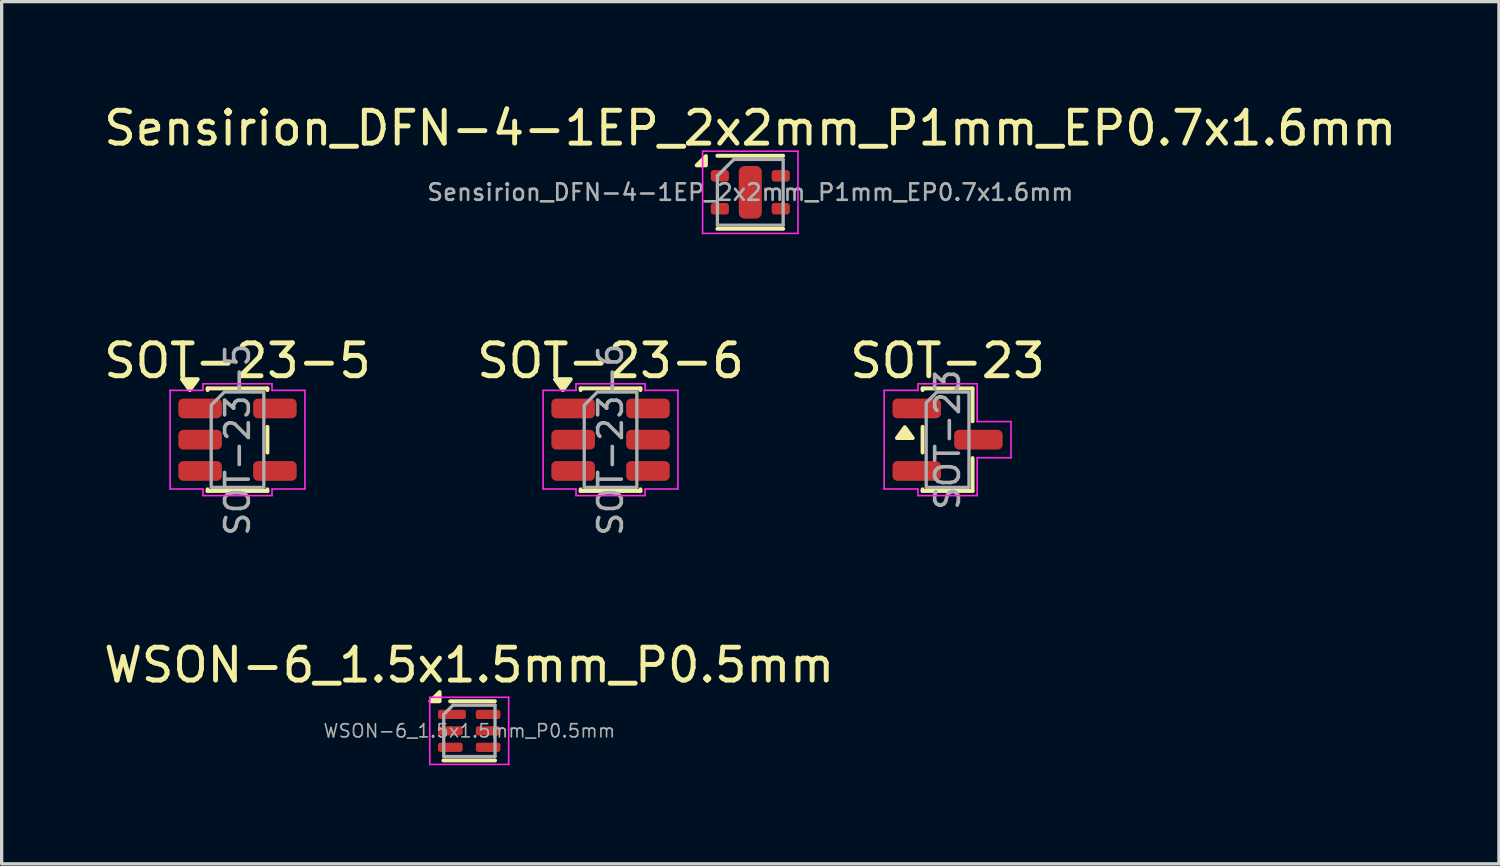
<source format=kicad_pcb>
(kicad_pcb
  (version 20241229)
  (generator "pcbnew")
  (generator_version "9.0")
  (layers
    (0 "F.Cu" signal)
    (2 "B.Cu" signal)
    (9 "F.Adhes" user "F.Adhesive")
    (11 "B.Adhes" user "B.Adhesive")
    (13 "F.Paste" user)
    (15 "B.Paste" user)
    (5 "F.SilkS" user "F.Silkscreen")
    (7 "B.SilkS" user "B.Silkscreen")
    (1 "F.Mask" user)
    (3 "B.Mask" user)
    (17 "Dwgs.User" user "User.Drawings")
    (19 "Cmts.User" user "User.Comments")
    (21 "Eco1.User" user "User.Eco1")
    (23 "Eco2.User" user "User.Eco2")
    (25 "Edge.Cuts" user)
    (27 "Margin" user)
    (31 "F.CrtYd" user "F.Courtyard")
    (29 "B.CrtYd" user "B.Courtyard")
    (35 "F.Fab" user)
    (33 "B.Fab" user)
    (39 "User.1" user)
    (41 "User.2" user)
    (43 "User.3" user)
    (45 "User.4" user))
  (footprint "SOT-23"
    (layer "F.Cu")
    (at 25.768 10.322)
    (property "Reference" "SOT-23" (at 0 -2.4 180) (layer "F.SilkS") (effects (font (size 1 1) (thickness 0.15))))
    (attr smd)
    (fp_line (start -0.76 -1.56) (end 0.76 -1.56) (stroke (width 0.12) (type solid)) (layer "F.SilkS"))
    (fp_line (start -0.76 -1.51) (end -0.76 -1.56) (stroke (width 0.12) (type solid)) (layer "F.SilkS"))
    (fp_line (start -0.76 0.39) (end -0.76 -0.39) (stroke (width 0.12) (type solid)) (layer "F.SilkS"))
    (fp_line (start -0.76 1.56) (end -0.76 1.51) (stroke (width 0.12) (type solid)) (layer "F.SilkS"))
    (fp_line (start 0.76 -1.56) (end 0.76 -0.56) (stroke (width 0.12) (type solid)) (layer "F.SilkS"))
    (fp_line (start 0.76 0.56) (end 0.76 1.56) (stroke (width 0.12) (type solid)) (layer "F.SilkS"))
    (fp_line (start 0.76 1.56) (end -0.76 1.56) (stroke (width 0.12) (type solid)) (layer "F.SilkS"))
    (fp_poly (pts (xy -1.3 -0.38) (xy -1.06 -0.05) (xy -1.54 -0.05)) (stroke (width 0.12) (type solid)) (fill yes) (layer "F.SilkS"))
    (fp_line (start -1.93 -1.5) (end -0.9 -1.5) (stroke (width 0.05) (type solid)) (layer "F.CrtYd"))
    (fp_line (start -1.93 1.5) (end -1.93 -1.5) (stroke (width 0.05) (type solid)) (layer "F.CrtYd"))
    (fp_line (start -0.9 -1.7) (end 0.9 -1.7) (stroke (width 0.05) (type solid)) (layer "F.CrtYd"))
    (fp_line (start -0.9 -1.5) (end -0.9 -1.7) (stroke (width 0.05) (type solid)) (layer "F.CrtYd"))
    (fp_line (start -0.9 1.5) (end -1.93 1.5) (stroke (width 0.05) (type solid)) (layer "F.CrtYd"))
    (fp_line (start -0.9 1.7) (end -0.9 1.5) (stroke (width 0.05) (type solid)) (layer "F.CrtYd"))
    (fp_line (start 0.9 -1.7) (end 0.9 -0.55) (stroke (width 0.05) (type solid)) (layer "F.CrtYd"))
    (fp_line (start 0.9 -0.55) (end 1.93 -0.55) (stroke (width 0.05) (type solid)) (layer "F.CrtYd"))
    (fp_line (start 0.9 0.55) (end 0.9 1.7) (stroke (width 0.05) (type solid)) (layer "F.CrtYd"))
    (fp_line (start 0.9 1.7) (end -0.9 1.7) (stroke (width 0.05) (type solid)) (layer "F.CrtYd"))
    (fp_line (start 1.93 -0.55) (end 1.93 0.55) (stroke (width 0.05) (type solid)) (layer "F.CrtYd"))
    (fp_line (start 1.93 0.55) (end 0.9 0.55) (stroke (width 0.05) (type solid)) (layer "F.CrtYd"))
    (fp_poly (pts (xy -0.65 -1.125) (xy -0.65 1.45) (xy 0.65 1.45) (xy 0.65 -1.45) (xy -0.325 -1.45)) (stroke (width 0.1) (type solid)) (fill no) (layer "F.Fab"))
    (fp_text user "${REFERENCE}" (at 0 0 270) (layer "F.Fab") (effects (font (size 0.72 0.72) (thickness 0.11))))
    (pad "1" smd roundrect (at -0.938 -0.95) (size 1.475 0.6) (layers "F.Cu" "F.Mask" "F.Paste") (roundrect_rratio 0.25))
    (pad "2" smd roundrect (at -0.938 0.95) (size 1.475 0.6) (layers "F.Cu" "F.Mask" "F.Paste") (roundrect_rratio 0.25))
    (pad "3" smd roundrect (at 0.938 0) (size 1.475 0.6) (layers "F.Cu" "F.Mask" "F.Paste") (roundrect_rratio 0.25)))
  (footprint "WSON-6_1.5x1.5mm_P0.5mm"
    (layer "F.Cu")
    (at 11.22 19.177)
    (property "Reference" "WSON-6_1.5x1.5mm_P0.5mm" (at 0 -2 0) (layer "F.SilkS") (effects (font (size 1 1) (thickness 0.15))))
    (attr smd)
    (fp_line (start -0.785 0.9) (end 0.785 0.9) (stroke (width 0.12) (type solid)) (layer "F.SilkS"))
    (fp_line (start -0.58 -0.9) (end 0.78 -0.9) (stroke (width 0.12) (type solid)) (layer "F.SilkS"))
    (fp_poly (pts (xy -0.9 -0.9) (xy -1.18 -0.9) (xy -0.9 -1.18) (xy -0.9 -0.9)) (stroke (width 0.12) (type solid)) (fill yes) (layer "F.SilkS"))
    (fp_line (start -1.2 1.02) (end -1.2 -1.02) (stroke (width 0.05) (type solid)) (layer "F.CrtYd"))
    (fp_line (start -1.2 1.02) (end 1.2 1.02) (stroke (width 0.05) (type solid)) (layer "F.CrtYd"))
    (fp_line (start 1.2 -1.02) (end -1.2 -1.02) (stroke (width 0.05) (type solid)) (layer "F.CrtYd"))
    (fp_line (start 1.2 -1.02) (end 1.2 1.02) (stroke (width 0.05) (type solid)) (layer "F.CrtYd"))
    (fp_line (start -0.775 -0.5) (end -0.775 0.78) (stroke (width 0.1) (type solid)) (layer "F.Fab"))
    (fp_line (start -0.775 0.78) (end 0.785 0.78) (stroke (width 0.1) (type solid)) (layer "F.Fab"))
    (fp_line (start -0.495 -0.78) (end -0.775 -0.5) (stroke (width 0.1) (type solid)) (layer "F.Fab"))
    (fp_line (start 0.785 -0.78) (end -0.495 -0.78) (stroke (width 0.1) (type solid)) (layer "F.Fab"))
    (fp_line (start 0.785 -0.78) (end 0.785 0.78) (stroke (width 0.1) (type solid)) (layer "F.Fab"))
    (fp_text user "${REFERENCE}" (at 0.005 0 0) (layer "F.Fab") (effects (font (size 0.4 0.4) (thickness 0.05))))
    (pad "1" smd roundrect (at -0.525 -0.5 270) (size 0.28 0.85) (layers "F.Cu" "F.Mask" "F.Paste") (roundrect_rratio 0.25))
    (pad "2" smd roundrect (at -0.575 0 270) (size 0.28 0.75) (layers "F.Cu" "F.Mask" "F.Paste") (roundrect_rratio 0.25))
    (pad "3" smd roundrect (at -0.575 0.5 270) (size 0.28 0.75) (layers "F.Cu" "F.Mask" "F.Paste") (roundrect_rratio 0.25))
    (pad "4" smd roundrect (at 0.575 0.5 270) (size 0.28 0.75) (layers "F.Cu" "F.Mask" "F.Paste") (roundrect_rratio 0.25))
    (pad "5" smd roundrect (at 0.575 0 270) (size 0.28 0.75) (layers "F.Cu" "F.Mask" "F.Paste") (roundrect_rratio 0.25))
    (pad "6" smd roundrect (at 0.575 -0.5 270) (size 0.28 0.75) (layers "F.Cu" "F.Mask" "F.Paste") (roundrect_rratio 0.25)))
  (footprint "SOT-23-6"
    (layer "F.Cu")
    (at 15.518 10.322)
    (property "Reference" "SOT-23-6" (at 0 -2.4 180) (layer "F.SilkS") (effects (font (size 1 1) (thickness 0.15))))
    (attr smd)
    (fp_line (start -0.91 -1.56) (end 0.91 -1.56) (stroke (width 0.12) (type solid)) (layer "F.SilkS"))
    (fp_line (start -0.91 -1.51) (end -0.91 -1.56) (stroke (width 0.12) (type solid)) (layer "F.SilkS"))
    (fp_line (start -0.91 1.56) (end -0.91 1.51) (stroke (width 0.12) (type solid)) (layer "F.SilkS"))
    (fp_line (start 0.91 -1.56) (end 0.91 -1.51) (stroke (width 0.12) (type solid)) (layer "F.SilkS"))
    (fp_line (start 0.91 1.51) (end 0.91 1.56) (stroke (width 0.12) (type solid)) (layer "F.SilkS"))
    (fp_line (start 0.91 1.56) (end -0.91 1.56) (stroke (width 0.12) (type solid)) (layer "F.SilkS"))
    (fp_poly (pts (xy -1.45 -1.51) (xy -1.69 -1.84) (xy -1.21 -1.84)) (stroke (width 0.12) (type solid)) (fill yes) (layer "F.SilkS"))
    (fp_line (start -2.05 -1.5) (end -1.05 -1.5) (stroke (width 0.05) (type solid)) (layer "F.CrtYd"))
    (fp_line (start -2.05 1.5) (end -2.05 -1.5) (stroke (width 0.05) (type solid)) (layer "F.CrtYd"))
    (fp_line (start -1.05 -1.7) (end 1.05 -1.7) (stroke (width 0.05) (type solid)) (layer "F.CrtYd"))
    (fp_line (start -1.05 -1.5) (end -1.05 -1.7) (stroke (width 0.05) (type solid)) (layer "F.CrtYd"))
    (fp_line (start -1.05 1.5) (end -2.05 1.5) (stroke (width 0.05) (type solid)) (layer "F.CrtYd"))
    (fp_line (start -1.05 1.7) (end -1.05 1.5) (stroke (width 0.05) (type solid)) (layer "F.CrtYd"))
    (fp_line (start 1.05 -1.7) (end 1.05 -1.5) (stroke (width 0.05) (type solid)) (layer "F.CrtYd"))
    (fp_line (start 1.05 -1.5) (end 2.05 -1.5) (stroke (width 0.05) (type solid)) (layer "F.CrtYd"))
    (fp_line (start 1.05 1.5) (end 1.05 1.7) (stroke (width 0.05) (type solid)) (layer "F.CrtYd"))
    (fp_line (start 1.05 1.7) (end -1.05 1.7) (stroke (width 0.05) (type solid)) (layer "F.CrtYd"))
    (fp_line (start 2.05 -1.5) (end 2.05 1.5) (stroke (width 0.05) (type solid)) (layer "F.CrtYd"))
    (fp_line (start 2.05 1.5) (end 1.05 1.5) (stroke (width 0.05) (type solid)) (layer "F.CrtYd"))
    (fp_poly (pts (xy -0.8 -1.05) (xy -0.8 1.45) (xy 0.8 1.45) (xy 0.8 -1.45) (xy -0.4 -1.45)) (stroke (width 0.1) (type solid)) (fill no) (layer "F.Fab"))
    (fp_text user "${REFERENCE}" (at 0 0 90) (layer "F.Fab") (effects (font (size 0.72 0.72) (thickness 0.11))))
    (pad "1" smd roundrect (at -1.137 -0.95) (size 1.325 0.6) (layers "F.Cu" "F.Mask" "F.Paste") (roundrect_rratio 0.25))
    (pad "2" smd roundrect (at -1.137 0) (size 1.325 0.6) (layers "F.Cu" "F.Mask" "F.Paste") (roundrect_rratio 0.25))
    (pad "3" smd roundrect (at -1.137 0.95) (size 1.325 0.6) (layers "F.Cu" "F.Mask" "F.Paste") (roundrect_rratio 0.25))
    (pad "4" smd roundrect (at 1.137 0.95) (size 1.325 0.6) (layers "F.Cu" "F.Mask" "F.Paste") (roundrect_rratio 0.25))
    (pad "5" smd roundrect (at 1.137 0) (size 1.325 0.6) (layers "F.Cu" "F.Mask" "F.Paste") (roundrect_rratio 0.25))
    (pad "6" smd roundrect (at 1.137 -0.95) (size 1.325 0.6) (layers "F.Cu" "F.Mask" "F.Paste") (roundrect_rratio 0.25)))
  (footprint "Sensirion_DFN-4-1EP_2x2mm_P1mm_EP0.7x1.6mm"
    (layer "F.Cu")
    (at 19.768 2.798)
    (property "Reference" "Sensirion_DFN-4-1EP_2x2mm_P1mm_EP0.7x1.6mm" (at 0 -1.95 0) (layer "F.SilkS") (effects (font (size 1 1) (thickness 0.15))))
    (attr smd)
    (fp_line (start -1 -1.11) (end 1 -1.11) (stroke (width 0.12) (type solid)) (layer "F.SilkS"))
    (fp_line (start -1 1.11) (end 1 1.11) (stroke (width 0.12) (type solid)) (layer "F.SilkS"))
    (fp_poly (pts (xy -1.35 -0.82) (xy -1.63 -0.82) (xy -1.35 -1.1) (xy -1.35 -0.82)) (stroke (width 0.12) (type solid)) (fill yes) (layer "F.SilkS"))
    (fp_line (start -1.45 -1.25) (end -1.45 1.25) (stroke (width 0.05) (type solid)) (layer "F.CrtYd"))
    (fp_line (start -1.45 1.25) (end 1.45 1.25) (stroke (width 0.05) (type solid)) (layer "F.CrtYd"))
    (fp_line (start 1.45 -1.25) (end -1.45 -1.25) (stroke (width 0.05) (type solid)) (layer "F.CrtYd"))
    (fp_line (start 1.45 1.25) (end 1.45 -1.25) (stroke (width 0.05) (type solid)) (layer "F.CrtYd"))
    (fp_line (start -1 -0.5) (end -0.5 -1) (stroke (width 0.1) (type solid)) (layer "F.Fab"))
    (fp_line (start -1 1) (end -1 -0.5) (stroke (width 0.1) (type solid)) (layer "F.Fab"))
    (fp_line (start -0.5 -1) (end 1 -1) (stroke (width 0.1) (type solid)) (layer "F.Fab"))
    (fp_line (start 1 -1) (end 1 1) (stroke (width 0.1) (type solid)) (layer "F.Fab"))
    (fp_line (start 1 1) (end -1 1) (stroke (width 0.1) (type solid)) (layer "F.Fab"))
    (fp_text user "${REFERENCE}" (at 0 0 0) (layer "F.Fab") (effects (font (size 0.5 0.5) (thickness 0.08))))
    (pad "" smd roundrect (at -1.025 -0.5) (size 0.55 0.35) (layers "F.Paste") (roundrect_rratio 0.25))
    (pad "" smd roundrect (at -1.025 0.5) (size 0.55 0.35) (layers "F.Paste") (roundrect_rratio 0.25))
    (pad "" smd roundrect (at 0 0) (size 0.5 1.4) (layers "F.Paste") (roundrect_rratio 0.25))
    (pad "" smd roundrect (at 1.025 -0.5 180) (size 0.55 0.35) (layers "F.Paste") (roundrect_rratio 0.25))
    (pad "" smd roundrect (at 1.025 0.5 180) (size 0.55 0.35) (layers "F.Paste") (roundrect_rratio 0.25))
    (pad "1" smd roundrect (at -0.925 -0.5) (size 0.55 0.35) (layers "F.Cu" "F.Mask") (roundrect_rratio 0.25))
    (pad "2" smd roundrect (at -0.925 0.5) (size 0.55 0.35) (layers "F.Cu" "F.Mask") (roundrect_rratio 0.25))
    (pad "3" smd roundrect (at 0.925 0.5) (size 0.55 0.35) (layers "F.Cu" "F.Mask") (roundrect_rratio 0.25))
    (pad "4" smd roundrect (at 0.925 -0.5) (size 0.55 0.35) (layers "F.Cu" "F.Mask") (roundrect_rratio 0.25))
    (pad "5" smd roundrect (at 0 0) (size 0.7 1.6) (layers "F.Cu" "F.Mask") (roundrect_rratio 0.25)))
  (footprint "SOT-23-5"
    (layer "F.Cu")
    (at 4.173 10.322)
    (property "Reference" "SOT-23-5" (at 0 -2.4 180) (layer "F.SilkS") (effects (font (size 1 1) (thickness 0.15))))
    (attr smd)
    (fp_line (start -0.91 -1.56) (end 0.91 -1.56) (stroke (width 0.12) (type solid)) (layer "F.SilkS"))
    (fp_line (start -0.91 -1.51) (end -0.91 -1.56) (stroke (width 0.12) (type solid)) (layer "F.SilkS"))
    (fp_line (start -0.91 1.56) (end -0.91 1.51) (stroke (width 0.12) (type solid)) (layer "F.SilkS"))
    (fp_line (start 0.91 -1.56) (end 0.91 -1.51) (stroke (width 0.12) (type solid)) (layer "F.SilkS"))
    (fp_line (start 0.91 -0.39) (end 0.91 0.39) (stroke (width 0.12) (type solid)) (layer "F.SilkS"))
    (fp_line (start 0.91 1.51) (end 0.91 1.56) (stroke (width 0.12) (type solid)) (layer "F.SilkS"))
    (fp_line (start 0.91 1.56) (end -0.91 1.56) (stroke (width 0.12) (type solid)) (layer "F.SilkS"))
    (fp_poly (pts (xy -1.45 -1.51) (xy -1.69 -1.84) (xy -1.21 -1.84)) (stroke (width 0.12) (type solid)) (fill yes) (layer "F.SilkS"))
    (fp_line (start -2.05 -1.5) (end -1.05 -1.5) (stroke (width 0.05) (type solid)) (layer "F.CrtYd"))
    (fp_line (start -2.05 1.5) (end -2.05 -1.5) (stroke (width 0.05) (type solid)) (layer "F.CrtYd"))
    (fp_line (start -1.05 -1.7) (end 1.05 -1.7) (stroke (width 0.05) (type solid)) (layer "F.CrtYd"))
    (fp_line (start -1.05 -1.5) (end -1.05 -1.7) (stroke (width 0.05) (type solid)) (layer "F.CrtYd"))
    (fp_line (start -1.05 1.5) (end -2.05 1.5) (stroke (width 0.05) (type solid)) (layer "F.CrtYd"))
    (fp_line (start -1.05 1.7) (end -1.05 1.5) (stroke (width 0.05) (type solid)) (layer "F.CrtYd"))
    (fp_line (start 1.05 -1.7) (end 1.05 -1.5) (stroke (width 0.05) (type solid)) (layer "F.CrtYd"))
    (fp_line (start 1.05 -1.5) (end 2.05 -1.5) (stroke (width 0.05) (type solid)) (layer "F.CrtYd"))
    (fp_line (start 1.05 1.5) (end 1.05 1.7) (stroke (width 0.05) (type solid)) (layer "F.CrtYd"))
    (fp_line (start 1.05 1.7) (end -1.05 1.7) (stroke (width 0.05) (type solid)) (layer "F.CrtYd"))
    (fp_line (start 2.05 -1.5) (end 2.05 1.5) (stroke (width 0.05) (type solid)) (layer "F.CrtYd"))
    (fp_line (start 2.05 1.5) (end 1.05 1.5) (stroke (width 0.05) (type solid)) (layer "F.CrtYd"))
    (fp_poly (pts (xy -0.8 -1.05) (xy -0.8 1.45) (xy 0.8 1.45) (xy 0.8 -1.45) (xy -0.4 -1.45)) (stroke (width 0.1) (type solid)) (fill no) (layer "F.Fab"))
    (fp_text user "${REFERENCE}" (at 0 0 270) (layer "F.Fab") (effects (font (size 0.72 0.72) (thickness 0.11))))
    (pad "1" smd roundrect (at -1.137 -0.95) (size 1.325 0.6) (layers "F.Cu" "F.Mask" "F.Paste") (roundrect_rratio 0.25))
    (pad "2" smd roundrect (at -1.137 0) (size 1.325 0.6) (layers "F.Cu" "F.Mask" "F.Paste") (roundrect_rratio 0.25))
    (pad "3" smd roundrect (at -1.137 0.95) (size 1.325 0.6) (layers "F.Cu" "F.Mask" "F.Paste") (roundrect_rratio 0.25))
    (pad "4" smd roundrect (at 1.137 0.95) (size 1.325 0.6) (layers "F.Cu" "F.Mask" "F.Paste") (roundrect_rratio 0.25))
    (pad "5" smd roundrect (at 1.137 -0.95) (size 1.325 0.6) (layers "F.Cu" "F.Mask" "F.Paste") (roundrect_rratio 0.25)))
  (gr_rect
    (start -3 -3)
    (end 42.536 23.222)
    (stroke (width 0.1) (type default))
    (fill no)
    (layer "Edge.Cuts")))
</source>
